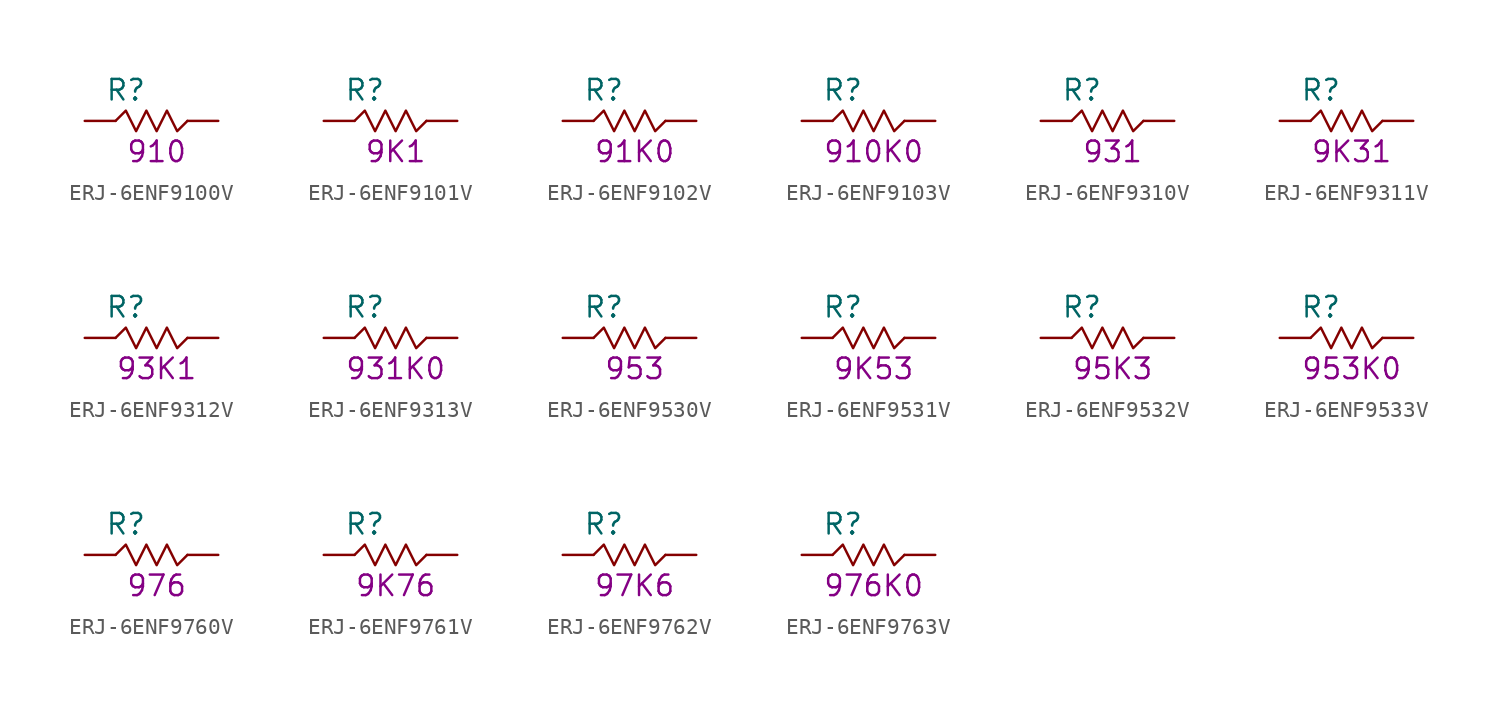
<source format=kicad_sym>
(kicad_symbol_lib
  (version 20211014)
  (generator KiCadLib_py)
  (symbol "ERJ-6ENF9100V"
    (pin_numbers hide)
    (pin_names hide)
    (property "Reference" "R"
      (at -1.905 1.905 0)
      (effects (font (size 1.27 1.27))))
    (property "Val" "910"
      (at 0 -1.905 0)
      (effects (font (size 1.27 1.27))))
    (symbol "ERJ-6ENF9100V_0_1"
      (polyline (pts (xy -2.54 0) (xy -1.905 0.635) (xy -1.27 -0.635) (xy -0.635 0.635) (xy 0 -0.635) (xy 0.635 0.635) (xy 1.27 -0.635) (xy 1.905 0)) (stroke (width 0) (type default) (color 0 0 0 0)) (fill (type none))))
    (symbol "ERJ-6ENF9100V_1_1"
      (pin passive line (at -4.445 0 0) (length 1.905) (name "~" (effects (font (size 1.27 1.27)))) (number "1" (effects (font (size 1.27 1.27)))))
      (pin passive line (at 3.81 0 180) (length 1.905) (name "~" (effects (font (size 1.27 1.27)))) (number "2" (effects (font (size 1.27 1.27)))))))
  (symbol "ERJ-6ENF9101V"
    (pin_numbers hide)
    (pin_names hide)
    (property "Reference" "R"
      (at -1.905 1.905 0)
      (effects (font (size 1.27 1.27))))
    (property "Val" "9K1"
      (at 0 -1.905 0)
      (effects (font (size 1.27 1.27))))
    (symbol "ERJ-6ENF9101V_0_1"
      (polyline (pts (xy -2.54 0) (xy -1.905 0.635) (xy -1.27 -0.635) (xy -0.635 0.635) (xy 0 -0.635) (xy 0.635 0.635) (xy 1.27 -0.635) (xy 1.905 0)) (stroke (width 0) (type default) (color 0 0 0 0)) (fill (type none))))
    (symbol "ERJ-6ENF9101V_1_1"
      (pin passive line (at -4.445 0 0) (length 1.905) (name "~" (effects (font (size 1.27 1.27)))) (number "1" (effects (font (size 1.27 1.27)))))
      (pin passive line (at 3.81 0 180) (length 1.905) (name "~" (effects (font (size 1.27 1.27)))) (number "2" (effects (font (size 1.27 1.27)))))))
  (symbol "ERJ-6ENF9102V"
    (pin_numbers hide)
    (pin_names hide)
    (property "Reference" "R"
      (at -1.905 1.905 0)
      (effects (font (size 1.27 1.27))))
    (property "Val" "91K0"
      (at 0 -1.905 0)
      (effects (font (size 1.27 1.27))))
    (symbol "ERJ-6ENF9102V_0_1"
      (polyline (pts (xy -2.54 0) (xy -1.905 0.635) (xy -1.27 -0.635) (xy -0.635 0.635) (xy 0 -0.635) (xy 0.635 0.635) (xy 1.27 -0.635) (xy 1.905 0)) (stroke (width 0) (type default) (color 0 0 0 0)) (fill (type none))))
    (symbol "ERJ-6ENF9102V_1_1"
      (pin passive line (at -4.445 0 0) (length 1.905) (name "~" (effects (font (size 1.27 1.27)))) (number "1" (effects (font (size 1.27 1.27)))))
      (pin passive line (at 3.81 0 180) (length 1.905) (name "~" (effects (font (size 1.27 1.27)))) (number "2" (effects (font (size 1.27 1.27)))))))
  (symbol "ERJ-6ENF9103V"
    (pin_numbers hide)
    (pin_names hide)
    (property "Reference" "R"
      (at -1.905 1.905 0)
      (effects (font (size 1.27 1.27))))
    (property "Val" "910K0"
      (at 0 -1.905 0)
      (effects (font (size 1.27 1.27))))
    (symbol "ERJ-6ENF9103V_0_1"
      (polyline (pts (xy -2.54 0) (xy -1.905 0.635) (xy -1.27 -0.635) (xy -0.635 0.635) (xy 0 -0.635) (xy 0.635 0.635) (xy 1.27 -0.635) (xy 1.905 0)) (stroke (width 0) (type default) (color 0 0 0 0)) (fill (type none))))
    (symbol "ERJ-6ENF9103V_1_1"
      (pin passive line (at -4.445 0 0) (length 1.905) (name "~" (effects (font (size 1.27 1.27)))) (number "1" (effects (font (size 1.27 1.27)))))
      (pin passive line (at 3.81 0 180) (length 1.905) (name "~" (effects (font (size 1.27 1.27)))) (number "2" (effects (font (size 1.27 1.27)))))))
  (symbol "ERJ-6ENF9310V"
    (pin_numbers hide)
    (pin_names hide)
    (property "Reference" "R"
      (at -1.905 1.905 0)
      (effects (font (size 1.27 1.27))))
    (property "Val" "931"
      (at 0 -1.905 0)
      (effects (font (size 1.27 1.27))))
    (symbol "ERJ-6ENF9310V_0_1"
      (polyline (pts (xy -2.54 0) (xy -1.905 0.635) (xy -1.27 -0.635) (xy -0.635 0.635) (xy 0 -0.635) (xy 0.635 0.635) (xy 1.27 -0.635) (xy 1.905 0)) (stroke (width 0) (type default) (color 0 0 0 0)) (fill (type none))))
    (symbol "ERJ-6ENF9310V_1_1"
      (pin passive line (at -4.445 0 0) (length 1.905) (name "~" (effects (font (size 1.27 1.27)))) (number "1" (effects (font (size 1.27 1.27)))))
      (pin passive line (at 3.81 0 180) (length 1.905) (name "~" (effects (font (size 1.27 1.27)))) (number "2" (effects (font (size 1.27 1.27)))))))
  (symbol "ERJ-6ENF9311V"
    (pin_numbers hide)
    (pin_names hide)
    (property "Reference" "R"
      (at -1.905 1.905 0)
      (effects (font (size 1.27 1.27))))
    (property "Val" "9K31"
      (at 0 -1.905 0)
      (effects (font (size 1.27 1.27))))
    (symbol "ERJ-6ENF9311V_0_1"
      (polyline (pts (xy -2.54 0) (xy -1.905 0.635) (xy -1.27 -0.635) (xy -0.635 0.635) (xy 0 -0.635) (xy 0.635 0.635) (xy 1.27 -0.635) (xy 1.905 0)) (stroke (width 0) (type default) (color 0 0 0 0)) (fill (type none))))
    (symbol "ERJ-6ENF9311V_1_1"
      (pin passive line (at -4.445 0 0) (length 1.905) (name "~" (effects (font (size 1.27 1.27)))) (number "1" (effects (font (size 1.27 1.27)))))
      (pin passive line (at 3.81 0 180) (length 1.905) (name "~" (effects (font (size 1.27 1.27)))) (number "2" (effects (font (size 1.27 1.27)))))))
  (symbol "ERJ-6ENF9312V"
    (pin_numbers hide)
    (pin_names hide)
    (property "Reference" "R"
      (at -1.905 1.905 0)
      (effects (font (size 1.27 1.27))))
    (property "Val" "93K1"
      (at 0 -1.905 0)
      (effects (font (size 1.27 1.27))))
    (symbol "ERJ-6ENF9312V_0_1"
      (polyline (pts (xy -2.54 0) (xy -1.905 0.635) (xy -1.27 -0.635) (xy -0.635 0.635) (xy 0 -0.635) (xy 0.635 0.635) (xy 1.27 -0.635) (xy 1.905 0)) (stroke (width 0) (type default) (color 0 0 0 0)) (fill (type none))))
    (symbol "ERJ-6ENF9312V_1_1"
      (pin passive line (at -4.445 0 0) (length 1.905) (name "~" (effects (font (size 1.27 1.27)))) (number "1" (effects (font (size 1.27 1.27)))))
      (pin passive line (at 3.81 0 180) (length 1.905) (name "~" (effects (font (size 1.27 1.27)))) (number "2" (effects (font (size 1.27 1.27)))))))
  (symbol "ERJ-6ENF9313V"
    (pin_numbers hide)
    (pin_names hide)
    (property "Reference" "R"
      (at -1.905 1.905 0)
      (effects (font (size 1.27 1.27))))
    (property "Val" "931K0"
      (at 0 -1.905 0)
      (effects (font (size 1.27 1.27))))
    (symbol "ERJ-6ENF9313V_0_1"
      (polyline (pts (xy -2.54 0) (xy -1.905 0.635) (xy -1.27 -0.635) (xy -0.635 0.635) (xy 0 -0.635) (xy 0.635 0.635) (xy 1.27 -0.635) (xy 1.905 0)) (stroke (width 0) (type default) (color 0 0 0 0)) (fill (type none))))
    (symbol "ERJ-6ENF9313V_1_1"
      (pin passive line (at -4.445 0 0) (length 1.905) (name "~" (effects (font (size 1.27 1.27)))) (number "1" (effects (font (size 1.27 1.27)))))
      (pin passive line (at 3.81 0 180) (length 1.905) (name "~" (effects (font (size 1.27 1.27)))) (number "2" (effects (font (size 1.27 1.27)))))))
  (symbol "ERJ-6ENF9530V"
    (pin_numbers hide)
    (pin_names hide)
    (property "Reference" "R"
      (at -1.905 1.905 0)
      (effects (font (size 1.27 1.27))))
    (property "Val" "953"
      (at 0 -1.905 0)
      (effects (font (size 1.27 1.27))))
    (symbol "ERJ-6ENF9530V_0_1"
      (polyline (pts (xy -2.54 0) (xy -1.905 0.635) (xy -1.27 -0.635) (xy -0.635 0.635) (xy 0 -0.635) (xy 0.635 0.635) (xy 1.27 -0.635) (xy 1.905 0)) (stroke (width 0) (type default) (color 0 0 0 0)) (fill (type none))))
    (symbol "ERJ-6ENF9530V_1_1"
      (pin passive line (at -4.445 0 0) (length 1.905) (name "~" (effects (font (size 1.27 1.27)))) (number "1" (effects (font (size 1.27 1.27)))))
      (pin passive line (at 3.81 0 180) (length 1.905) (name "~" (effects (font (size 1.27 1.27)))) (number "2" (effects (font (size 1.27 1.27)))))))
  (symbol "ERJ-6ENF9531V"
    (pin_numbers hide)
    (pin_names hide)
    (property "Reference" "R"
      (at -1.905 1.905 0)
      (effects (font (size 1.27 1.27))))
    (property "Val" "9K53"
      (at 0 -1.905 0)
      (effects (font (size 1.27 1.27))))
    (symbol "ERJ-6ENF9531V_0_1"
      (polyline (pts (xy -2.54 0) (xy -1.905 0.635) (xy -1.27 -0.635) (xy -0.635 0.635) (xy 0 -0.635) (xy 0.635 0.635) (xy 1.27 -0.635) (xy 1.905 0)) (stroke (width 0) (type default) (color 0 0 0 0)) (fill (type none))))
    (symbol "ERJ-6ENF9531V_1_1"
      (pin passive line (at -4.445 0 0) (length 1.905) (name "~" (effects (font (size 1.27 1.27)))) (number "1" (effects (font (size 1.27 1.27)))))
      (pin passive line (at 3.81 0 180) (length 1.905) (name "~" (effects (font (size 1.27 1.27)))) (number "2" (effects (font (size 1.27 1.27)))))))
  (symbol "ERJ-6ENF9532V"
    (pin_numbers hide)
    (pin_names hide)
    (property "Reference" "R"
      (at -1.905 1.905 0)
      (effects (font (size 1.27 1.27))))
    (property "Val" "95K3"
      (at 0 -1.905 0)
      (effects (font (size 1.27 1.27))))
    (symbol "ERJ-6ENF9532V_0_1"
      (polyline (pts (xy -2.54 0) (xy -1.905 0.635) (xy -1.27 -0.635) (xy -0.635 0.635) (xy 0 -0.635) (xy 0.635 0.635) (xy 1.27 -0.635) (xy 1.905 0)) (stroke (width 0) (type default) (color 0 0 0 0)) (fill (type none))))
    (symbol "ERJ-6ENF9532V_1_1"
      (pin passive line (at -4.445 0 0) (length 1.905) (name "~" (effects (font (size 1.27 1.27)))) (number "1" (effects (font (size 1.27 1.27)))))
      (pin passive line (at 3.81 0 180) (length 1.905) (name "~" (effects (font (size 1.27 1.27)))) (number "2" (effects (font (size 1.27 1.27)))))))
  (symbol "ERJ-6ENF9533V"
    (pin_numbers hide)
    (pin_names hide)
    (property "Reference" "R"
      (at -1.905 1.905 0)
      (effects (font (size 1.27 1.27))))
    (property "Val" "953K0"
      (at 0 -1.905 0)
      (effects (font (size 1.27 1.27))))
    (symbol "ERJ-6ENF9533V_0_1"
      (polyline (pts (xy -2.54 0) (xy -1.905 0.635) (xy -1.27 -0.635) (xy -0.635 0.635) (xy 0 -0.635) (xy 0.635 0.635) (xy 1.27 -0.635) (xy 1.905 0)) (stroke (width 0) (type default) (color 0 0 0 0)) (fill (type none))))
    (symbol "ERJ-6ENF9533V_1_1"
      (pin passive line (at -4.445 0 0) (length 1.905) (name "~" (effects (font (size 1.27 1.27)))) (number "1" (effects (font (size 1.27 1.27)))))
      (pin passive line (at 3.81 0 180) (length 1.905) (name "~" (effects (font (size 1.27 1.27)))) (number "2" (effects (font (size 1.27 1.27)))))))
  (symbol "ERJ-6ENF9760V"
    (pin_numbers hide)
    (pin_names hide)
    (property "Reference" "R"
      (at -1.905 1.905 0)
      (effects (font (size 1.27 1.27))))
    (property "Val" "976"
      (at 0 -1.905 0)
      (effects (font (size 1.27 1.27))))
    (symbol "ERJ-6ENF9760V_0_1"
      (polyline (pts (xy -2.54 0) (xy -1.905 0.635) (xy -1.27 -0.635) (xy -0.635 0.635) (xy 0 -0.635) (xy 0.635 0.635) (xy 1.27 -0.635) (xy 1.905 0)) (stroke (width 0) (type default) (color 0 0 0 0)) (fill (type none))))
    (symbol "ERJ-6ENF9760V_1_1"
      (pin passive line (at -4.445 0 0) (length 1.905) (name "~" (effects (font (size 1.27 1.27)))) (number "1" (effects (font (size 1.27 1.27)))))
      (pin passive line (at 3.81 0 180) (length 1.905) (name "~" (effects (font (size 1.27 1.27)))) (number "2" (effects (font (size 1.27 1.27)))))))
  (symbol "ERJ-6ENF9761V"
    (pin_numbers hide)
    (pin_names hide)
    (property "Reference" "R"
      (at -1.905 1.905 0)
      (effects (font (size 1.27 1.27))))
    (property "Val" "9K76"
      (at 0 -1.905 0)
      (effects (font (size 1.27 1.27))))
    (symbol "ERJ-6ENF9761V_0_1"
      (polyline (pts (xy -2.54 0) (xy -1.905 0.635) (xy -1.27 -0.635) (xy -0.635 0.635) (xy 0 -0.635) (xy 0.635 0.635) (xy 1.27 -0.635) (xy 1.905 0)) (stroke (width 0) (type default) (color 0 0 0 0)) (fill (type none))))
    (symbol "ERJ-6ENF9761V_1_1"
      (pin passive line (at -4.445 0 0) (length 1.905) (name "~" (effects (font (size 1.27 1.27)))) (number "1" (effects (font (size 1.27 1.27)))))
      (pin passive line (at 3.81 0 180) (length 1.905) (name "~" (effects (font (size 1.27 1.27)))) (number "2" (effects (font (size 1.27 1.27)))))))
  (symbol "ERJ-6ENF9762V"
    (pin_numbers hide)
    (pin_names hide)
    (property "Reference" "R"
      (at -1.905 1.905 0)
      (effects (font (size 1.27 1.27))))
    (property "Val" "97K6"
      (at 0 -1.905 0)
      (effects (font (size 1.27 1.27))))
    (symbol "ERJ-6ENF9762V_0_1"
      (polyline (pts (xy -2.54 0) (xy -1.905 0.635) (xy -1.27 -0.635) (xy -0.635 0.635) (xy 0 -0.635) (xy 0.635 0.635) (xy 1.27 -0.635) (xy 1.905 0)) (stroke (width 0) (type default) (color 0 0 0 0)) (fill (type none))))
    (symbol "ERJ-6ENF9762V_1_1"
      (pin passive line (at -4.445 0 0) (length 1.905) (name "~" (effects (font (size 1.27 1.27)))) (number "1" (effects (font (size 1.27 1.27)))))
      (pin passive line (at 3.81 0 180) (length 1.905) (name "~" (effects (font (size 1.27 1.27)))) (number "2" (effects (font (size 1.27 1.27)))))))
  (symbol "ERJ-6ENF9763V"
    (pin_numbers hide)
    (pin_names hide)
    (property "Reference" "R"
      (at -1.905 1.905 0)
      (effects (font (size 1.27 1.27))))
    (property "Val" "976K0"
      (at 0 -1.905 0)
      (effects (font (size 1.27 1.27))))
    (symbol "ERJ-6ENF9763V_0_1"
      (polyline (pts (xy -2.54 0) (xy -1.905 0.635) (xy -1.27 -0.635) (xy -0.635 0.635) (xy 0 -0.635) (xy 0.635 0.635) (xy 1.27 -0.635) (xy 1.905 0)) (stroke (width 0) (type default) (color 0 0 0 0)) (fill (type none))))
    (symbol "ERJ-6ENF9763V_1_1"
      (pin passive line (at -4.445 0 0) (length 1.905) (name "~" (effects (font (size 1.27 1.27)))) (number "1" (effects (font (size 1.27 1.27)))))
      (pin passive line (at 3.81 0 180) (length 1.905) (name "~" (effects (font (size 1.27 1.27)))) (number "2" (effects (font (size 1.27 1.27))))))))
</source>
